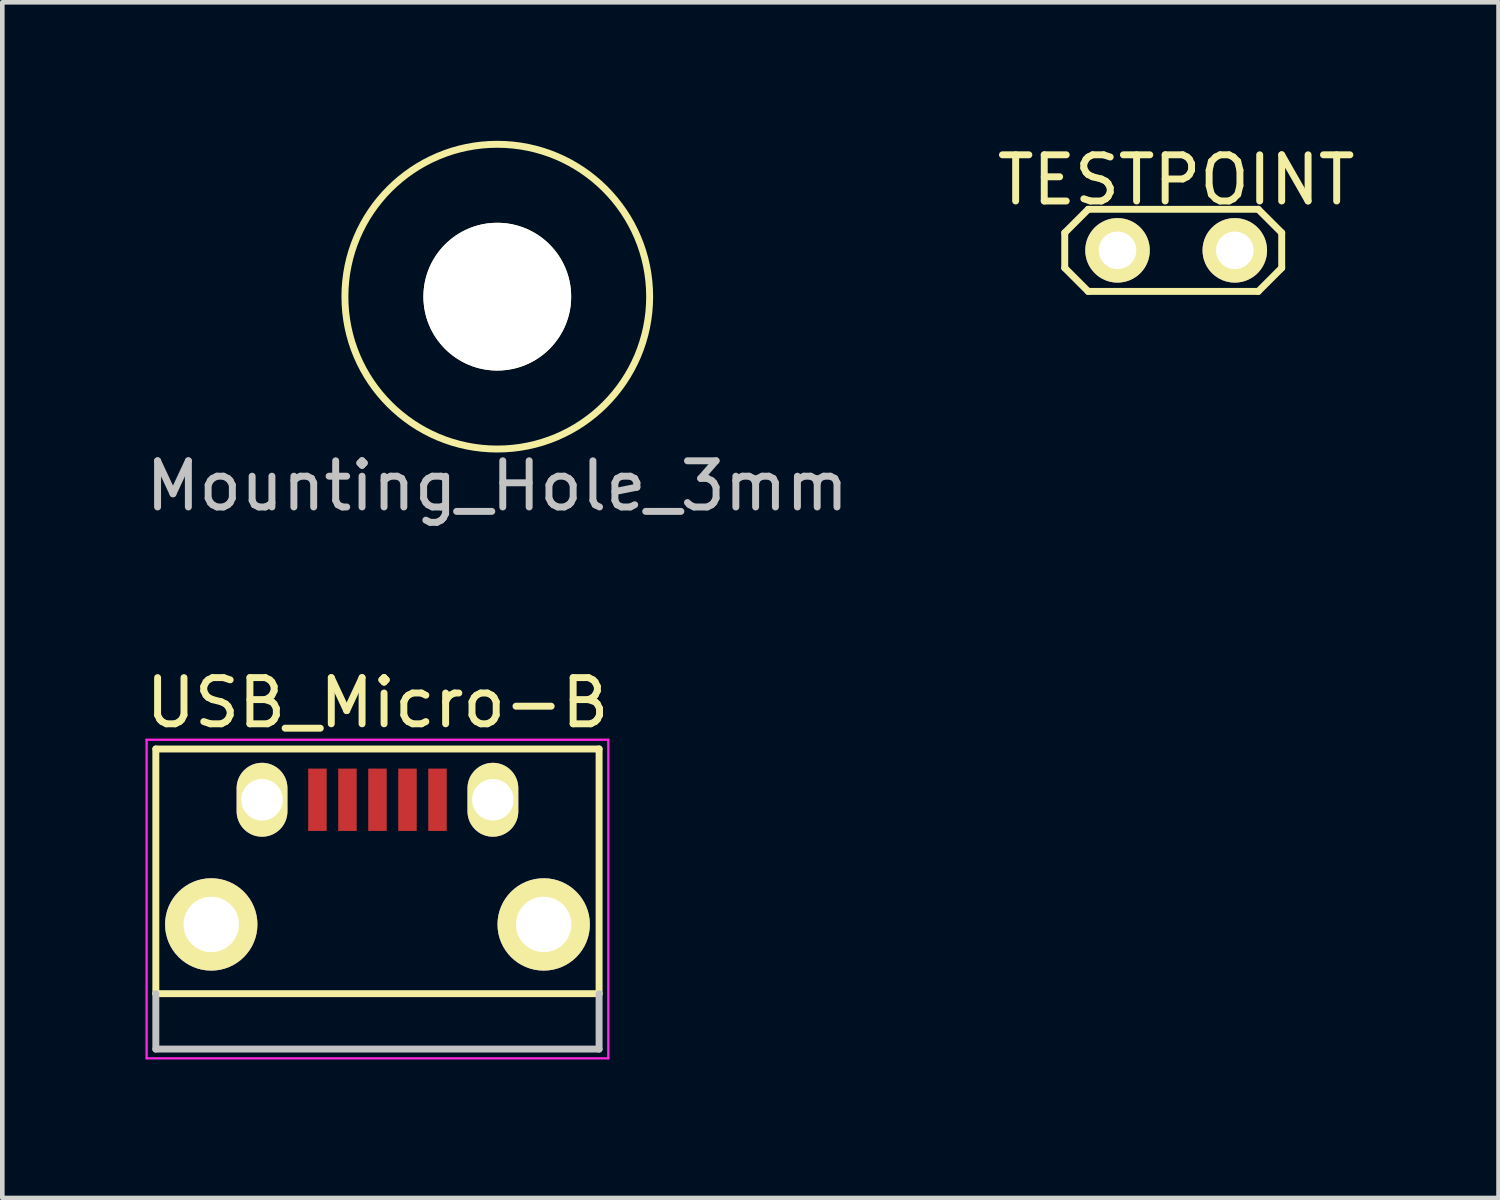
<source format=kicad_pcb>
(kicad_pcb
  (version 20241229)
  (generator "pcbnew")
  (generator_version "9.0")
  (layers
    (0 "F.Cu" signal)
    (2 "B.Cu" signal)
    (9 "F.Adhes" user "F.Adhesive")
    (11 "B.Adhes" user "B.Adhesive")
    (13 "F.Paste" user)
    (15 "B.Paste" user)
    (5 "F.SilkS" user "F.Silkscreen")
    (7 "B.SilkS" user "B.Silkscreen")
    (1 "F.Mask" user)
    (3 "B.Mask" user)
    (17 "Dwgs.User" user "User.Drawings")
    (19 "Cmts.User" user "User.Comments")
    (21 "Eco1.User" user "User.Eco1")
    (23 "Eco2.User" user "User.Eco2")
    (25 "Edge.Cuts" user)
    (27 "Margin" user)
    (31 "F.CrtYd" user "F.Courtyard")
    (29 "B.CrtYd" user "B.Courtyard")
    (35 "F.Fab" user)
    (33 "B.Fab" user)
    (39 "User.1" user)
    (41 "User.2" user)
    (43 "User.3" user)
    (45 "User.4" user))
  (footprint "TESTPOINT"
    (layer "F.Cu")
    (at 22.423 2.372)
    (property "Reference" "TESTPOINT" (at 0 -1.524 0) (layer "F.SilkS") (effects (font (size 1 1) (thickness 0.15))))
    (attr through_hole)
    (fp_line (start -2.413 -0.381) (end -1.905 -0.889) (stroke (width 0.15) (type solid)) (layer "F.SilkS"))
    (fp_line (start -2.413 0.381) (end -2.413 -0.381) (stroke (width 0.15) (type solid)) (layer "F.SilkS"))
    (fp_line (start -1.905 -0.889) (end 1.778 -0.889) (stroke (width 0.15) (type solid)) (layer "F.SilkS"))
    (fp_line (start -1.905 0.889) (end -2.413 0.381) (stroke (width 0.15) (type solid)) (layer "F.SilkS"))
    (fp_line (start 1.778 -0.889) (end 2.286 -0.381) (stroke (width 0.15) (type solid)) (layer "F.SilkS"))
    (fp_line (start 1.778 0.889) (end -1.905 0.889) (stroke (width 0.15) (type solid)) (layer "F.SilkS"))
    (fp_line (start 2.286 -0.381) (end 2.286 0.381) (stroke (width 0.15) (type solid)) (layer "F.SilkS"))
    (fp_line (start 2.286 0.381) (end 1.778 0.889) (stroke (width 0.15) (type solid)) (layer "F.SilkS"))
    (pad "1" thru_hole circle (at -1.27 0) (size 1.397 1.397) (drill 0.813) (layers "*.Cu" "*.Mask" "F.SilkS"))
    (pad "2" thru_hole circle (at 1.27 0) (size 1.397 1.397) (drill 0.813) (layers "*.Cu" "*.Mask" "F.SilkS")))
  (footprint "USB_Micro-B"
    (layer "F.Cu")
    (at 5.125 14.271)
    (property "Reference" "USB_Micro-B" (at 0 -2.1 0) (layer "F.SilkS") (effects (font (size 1 1) (thickness 0.15))))
    (attr smd)
    (fp_line (start -4.8 -1.1) (end 4.8 -1.1) (stroke (width 0.15) (type solid)) (layer "F.SilkS"))
    (fp_line (start -4.8 4.2) (end -4.8 -1.1) (stroke (width 0.15) (type solid)) (layer "F.SilkS"))
    (fp_line (start 4.8 -1.1) (end 4.8 4.2) (stroke (width 0.15) (type solid)) (layer "F.SilkS"))
    (fp_line (start 4.8 4.2) (end -4.8 4.2) (stroke (width 0.15) (type solid)) (layer "F.SilkS"))
    (fp_line (start -4.8 5.4) (end -4.8 4.2) (stroke (width 0.15) (type solid)) (layer "Dwgs.User"))
    (fp_line (start -4.8 5.4) (end 4.8 5.4) (stroke (width 0.15) (type solid)) (layer "Dwgs.User"))
    (fp_line (start 4.8 5.4) (end 4.8 4.2) (stroke (width 0.15) (type solid)) (layer "Dwgs.User"))
    (fp_line (start -5 -1.3) (end 5 -1.3) (stroke (width 0.05) (type solid)) (layer "F.CrtYd"))
    (fp_line (start -5 5.6) (end -5 -1.3) (stroke (width 0.05) (type solid)) (layer "F.CrtYd"))
    (fp_line (start 5 -1.3) (end 5 5.6) (stroke (width 0.05) (type solid)) (layer "F.CrtYd"))
    (fp_line (start 5 5.6) (end -5 5.6) (stroke (width 0.05) (type solid)) (layer "F.CrtYd"))
    (pad "1" smd rect (at -1.3 0 90) (size 1.35 0.4) (layers "F.Cu" "F.Mask" "F.Paste"))
    (pad "2" smd rect (at -0.65 0 90) (size 1.35 0.4) (layers "F.Cu" "F.Mask" "F.Paste"))
    (pad "3" smd rect (at 0 0 90) (size 1.35 0.4) (layers "F.Cu" "F.Mask" "F.Paste"))
    (pad "4" smd rect (at 0.65 0 90) (size 1.35 0.4) (layers "F.Cu" "F.Mask" "F.Paste"))
    (pad "5" smd rect (at 1.3 0 90) (size 1.35 0.4) (layers "F.Cu" "F.Mask" "F.Paste"))
    (pad "6" thru_hole circle (at -3.6 2.7 90) (size 2 2) (drill 1.2) (layers "*.Cu" "*.Mask" "F.SilkS"))
    (pad "6" thru_hole oval (at -2.5 0) (size 1.1 1.6) (drill 0.9) (layers "*.Cu" "*.Mask" "F.SilkS"))
    (pad "6" thru_hole oval (at 2.5 0) (size 1.1 1.6) (drill 0.9) (layers "*.Cu" "*.Mask" "F.SilkS"))
    (pad "6" thru_hole circle (at 3.6 2.7 90) (size 2 2) (drill 1.2) (layers "*.Cu" "*.Mask" "F.SilkS")))
  (footprint "Mounting_Hole_3mm"
    (layer "F.Cu")
    (at 7.72 3.375)
    (property "Reference" "Mounting_Hole_3mm" (at 0 4.1 0) (layer "Dwgs.User") (effects (font (size 1 1) (thickness 0.15))))
    (attr through_hole)
    (fp_circle (center 0 0) (end 3.3 0) (stroke (width 0.15) (type solid)) (fill no) (layer "F.SilkS"))
    (pad "" np_thru_hole circle (at 0 0) (size 3.2 3.2) (drill 3.2) (layers "*.Cu" "*.Mask" "F.SilkS")))
  (gr_rect
    (start -3 -3)
    (end 29.405 22.896)
    (stroke (width 0.1) (type default))
    (fill no)
    (layer "Edge.Cuts")))
</source>
